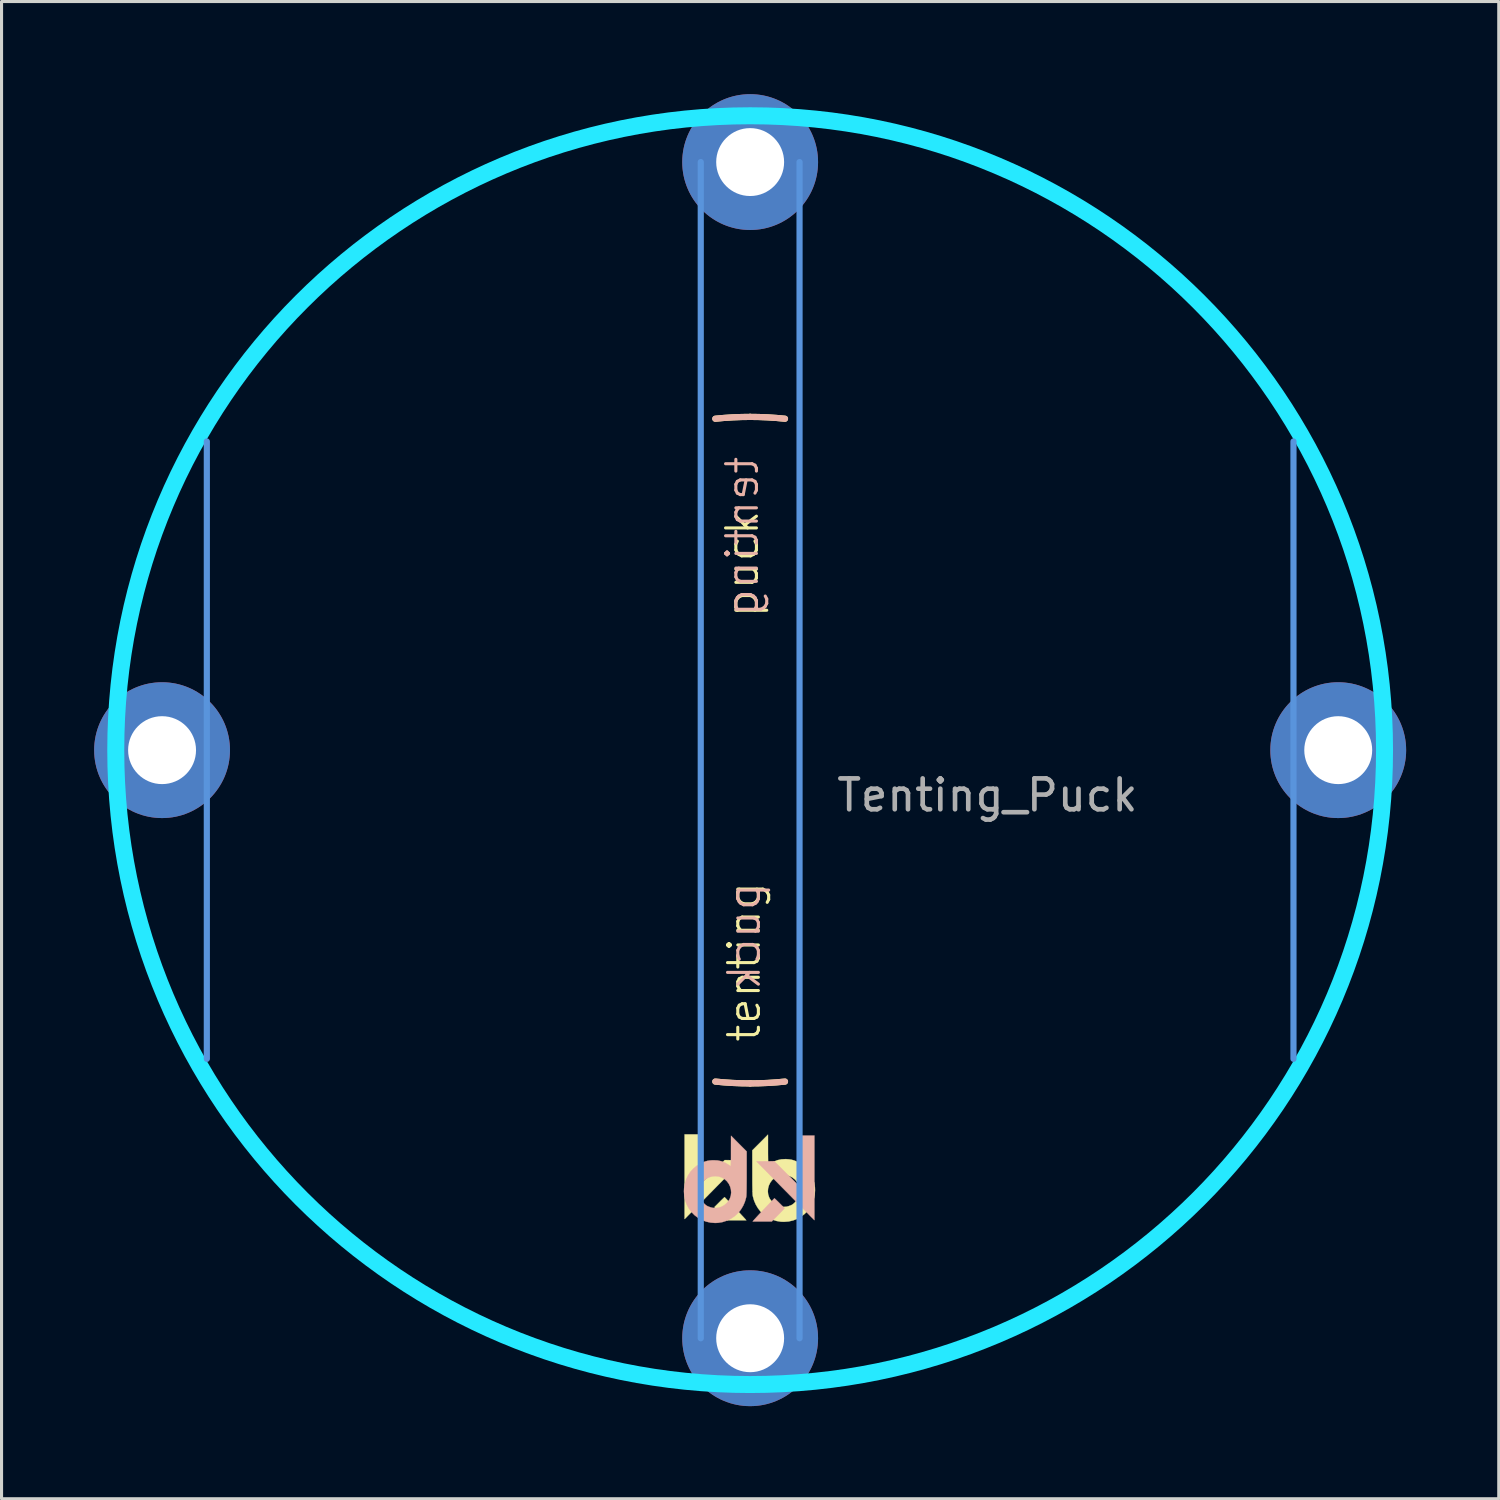
<source format=kicad_pcb>
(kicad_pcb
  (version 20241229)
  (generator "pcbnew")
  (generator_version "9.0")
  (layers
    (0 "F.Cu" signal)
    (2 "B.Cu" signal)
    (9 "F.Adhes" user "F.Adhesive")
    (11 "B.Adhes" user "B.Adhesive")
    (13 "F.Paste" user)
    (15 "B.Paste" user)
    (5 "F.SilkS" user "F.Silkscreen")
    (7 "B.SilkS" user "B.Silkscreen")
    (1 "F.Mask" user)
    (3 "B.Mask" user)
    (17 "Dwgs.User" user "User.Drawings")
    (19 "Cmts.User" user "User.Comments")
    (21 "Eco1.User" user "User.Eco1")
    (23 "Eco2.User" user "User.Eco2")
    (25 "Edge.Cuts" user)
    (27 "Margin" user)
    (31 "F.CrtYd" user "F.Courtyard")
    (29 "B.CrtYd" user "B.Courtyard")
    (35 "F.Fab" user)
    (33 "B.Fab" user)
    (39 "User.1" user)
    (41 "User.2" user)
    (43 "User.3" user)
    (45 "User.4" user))
  (footprint "Tenting_Puck"
    (layer "F.Cu")
    (at 21.25 21.25)
    (property "Reference" "Tenting_Puck" (at 7.684 1.46 0) (layer "F.Fab") (effects (font (size 1 1) (thickness 0.15))))
    (attr through_hole)
    (fp_arc (start -20.32 -2.8575) (mid -19.91151 -4.959786) (end -19.286134 -7.008048) (stroke (width 0.2) (type solid)) (layer "F.SilkS"))
    (fp_arc (start -19.286134 7.008047) (mid -19.91151 4.959786) (end -20.32 2.8575) (stroke (width 0.2) (type solid)) (layer "F.SilkS"))
    (fp_arc (start -7.008048 -19.286134) (mid -4.959786 -19.91151) (end -2.8575 -20.32) (stroke (width 0.2) (type solid)) (layer "F.SilkS"))
    (fp_arc (start -2.8575 20.32) (mid -4.959785 19.91151) (end -7.008046 19.286135) (stroke (width 0.2) (type solid)) (layer "F.SilkS"))
    (fp_arc (start -1.128385 -10.735864) (mid -0.564967 -10.780206) (end 0 -10.795) (stroke (width 0.2) (type solid)) (layer "F.SilkS"))
    (fp_arc (start 0 -10.795) (mid 0.564967 -10.780206) (end 1.128385 -10.735864) (stroke (width 0.2) (type solid)) (layer "F.SilkS"))
    (fp_arc (start 0 10.795) (mid -0.564967 10.780206) (end -1.128385 10.735864) (stroke (width 0.2) (type solid)) (layer "F.SilkS"))
    (fp_arc (start 1.128385 10.735864) (mid 0.564967 10.780206) (end 0 10.795) (stroke (width 0.2) (type solid)) (layer "F.SilkS"))
    (fp_arc (start 2.8575 -20.32) (mid 4.959786 -19.91151) (end 7.008047 -19.286134) (stroke (width 0.2) (type solid)) (layer "F.SilkS"))
    (fp_arc (start 7.008047 19.286134) (mid 4.959786 19.91151) (end 2.8575 20.32) (stroke (width 0.2) (type solid)) (layer "F.SilkS"))
    (fp_arc (start 19.286135 -7.008045) (mid 19.91151 -4.959785) (end 20.32 -2.8575) (stroke (width 0.2) (type solid)) (layer "F.SilkS"))
    (fp_arc (start 20.32 2.8575) (mid 19.91151 4.959785) (end 19.286135 7.008046) (stroke (width 0.2) (type solid)) (layer "F.SilkS"))
    (fp_poly (pts (xy -1.627 14.082) (xy -0.824 13.279) (xy -0.535 13.282) (xy -0.247 13.285) (xy -1.094 14.145) (xy -1.212 14.265) (xy -1.327 14.382) (xy -1.437 14.494) (xy -1.542 14.6) (xy -1.64 14.7) (xy -1.731 14.791) (xy -1.811 14.874) (xy -1.882 14.945) (xy -1.941 15.005) (xy -1.987 15.052) (xy -2.019 15.084) (xy -2.032 15.098) (xy -2.123 15.19) (xy -2.123 12.448) (xy -1.627 12.448) (xy -1.627 14.082)) (stroke (width 0.01) (type solid)) (fill yes) (layer "F.SilkS"))
    (fp_poly (pts (xy -0.82 14.488) (xy -0.797 14.511) (xy -0.763 14.547) (xy -0.719 14.593) (xy -0.666 14.647) (xy -0.609 14.708) (xy -0.547 14.773) (xy -0.483 14.841) (xy -0.42 14.908) (xy -0.359 14.973) (xy -0.302 15.034) (xy -0.251 15.089) (xy -0.208 15.135) (xy -0.175 15.171) (xy -0.154 15.194) (xy -0.152 15.197) (xy -0.124 15.231) (xy -0.744 15.231) (xy -0.917 15.055) (xy -0.971 15) (xy -1.021 14.948) (xy -1.065 14.903) (xy -1.099 14.868) (xy -1.121 14.844) (xy -1.124 14.841) (xy -1.158 14.803) (xy -0.997 14.642) (xy -0.948 14.592) (xy -0.903 14.549) (xy -0.867 14.514) (xy -0.842 14.491) (xy -0.829 14.48) (xy -0.829 14.48) (xy -0.82 14.488)) (stroke (width 0.01) (type solid)) (fill yes) (layer "F.SilkS"))
    (fp_poly (pts (xy 0.578 12.948) (xy 0.578 13.052) (xy 0.579 13.149) (xy 0.58 13.236) (xy 0.581 13.31) (xy 0.582 13.37) (xy 0.583 13.413) (xy 0.585 13.437) (xy 0.586 13.441) (xy 0.598 13.435) (xy 0.623 13.419) (xy 0.647 13.401) (xy 0.762 13.331) (xy 0.884 13.282) (xy 1.014 13.254) (xy 1.153 13.247) (xy 1.171 13.248) (xy 1.261 13.255) (xy 1.337 13.267) (xy 1.409 13.286) (xy 1.484 13.315) (xy 1.554 13.348) (xy 1.682 13.423) (xy 1.795 13.515) (xy 1.892 13.622) (xy 1.972 13.743) (xy 2.033 13.874) (xy 2.076 14.016) (xy 2.099 14.167) (xy 2.102 14.256) (xy 2.092 14.409) (xy 2.061 14.553) (xy 2.008 14.693) (xy 1.95 14.8) (xy 1.865 14.92) (xy 1.763 15.025) (xy 1.648 15.113) (xy 1.521 15.184) (xy 1.385 15.236) (xy 1.241 15.268) (xy 1.093 15.279) (xy 0.993 15.275) (xy 0.848 15.25) (xy 0.707 15.204) (xy 0.574 15.138) (xy 0.452 15.054) (xy 0.343 14.954) (xy 0.335 14.944) (xy 0.254 14.84) (xy 0.184 14.722) (xy 0.129 14.596) (xy 0.092 14.469) (xy 0.083 14.423) (xy 0.08 14.394) (xy 0.078 14.344) (xy 0.076 14.294) (xy 0.573 14.294) (xy 0.583 14.391) (xy 0.614 14.485) (xy 0.642 14.539) (xy 0.709 14.628) (xy 0.789 14.699) (xy 0.878 14.751) (xy 0.975 14.784) (xy 1.076 14.797) (xy 1.18 14.789) (xy 1.253 14.769) (xy 1.296 14.753) (xy 1.337 14.736) (xy 1.353 14.728) (xy 1.398 14.697) (xy 1.448 14.651) (xy 1.496 14.595) (xy 1.537 14.537) (xy 1.559 14.498) (xy 1.579 14.454) (xy 1.591 14.415) (xy 1.599 14.373) (xy 1.603 14.318) (xy 1.603 14.313) (xy 1.6 14.205) (xy 1.577 14.107) (xy 1.534 14.014) (xy 1.516 13.985) (xy 1.451 13.908) (xy 1.372 13.845) (xy 1.283 13.8) (xy 1.186 13.772) (xy 1.085 13.763) (xy 0.984 13.773) (xy 0.885 13.803) (xy 0.871 13.81) (xy 0.783 13.863) (xy 0.709 13.931) (xy 0.65 14.011) (xy 0.607 14.101) (xy 0.581 14.196) (xy 0.573 14.294) (xy 0.076 14.294) (xy 0.076 14.274) (xy 0.074 14.185) (xy 0.072 14.078) (xy 0.071 13.955) (xy 0.071 13.818) (xy 0.071 13.668) (xy 0.071 13.656) (xy 0.07 12.964) (xy 0.578 12.454) (xy 0.578 12.948)) (stroke (width 0.01) (type solid)) (fill yes) (layer "F.SilkS"))
    (fp_arc (start -20.32 -2.8575) (mid -19.91151 -4.959784) (end -19.286136 -7.008044) (stroke (width 0.2) (type solid)) (layer "B.SilkS"))
    (fp_arc (start -19.286135 7.008046) (mid -19.91151 4.959785) (end -20.32 2.8575) (stroke (width 0.2) (type solid)) (layer "B.SilkS"))
    (fp_arc (start -7.008046 -19.286135) (mid -4.959785 -19.91151) (end -2.8575 -20.32) (stroke (width 0.2) (type solid)) (layer "B.SilkS"))
    (fp_arc (start -2.8575 20.32) (mid -4.959785 19.91151) (end -7.008045 19.286135) (stroke (width 0.2) (type solid)) (layer "B.SilkS"))
    (fp_arc (start -1.128385 -10.735864) (mid -0.564967 -10.780206) (end 0 -10.795) (stroke (width 0.2) (type solid)) (layer "B.SilkS"))
    (fp_arc (start 0 -10.795) (mid 0.564967 -10.780206) (end 1.128385 -10.735864) (stroke (width 0.2) (type solid)) (layer "B.SilkS"))
    (fp_arc (start 0 10.795) (mid -0.564967 10.780206) (end -1.128385 10.735864) (stroke (width 0.2) (type solid)) (layer "B.SilkS"))
    (fp_arc (start 1.128385 10.735864) (mid 0.564967 10.780206) (end 0 10.795) (stroke (width 0.2) (type solid)) (layer "B.SilkS"))
    (fp_arc (start 2.8575 -20.32) (mid 4.959787 -19.91151) (end 7.008049 -19.286134) (stroke (width 0.2) (type solid)) (layer "B.SilkS"))
    (fp_arc (start 7.008045 19.286135) (mid 4.959785 19.91151) (end 2.8575 20.32) (stroke (width 0.2) (type solid)) (layer "B.SilkS"))
    (fp_arc (start 19.286134 -7.008048) (mid 19.91151 -4.959786) (end 20.32 -2.8575) (stroke (width 0.2) (type solid)) (layer "B.SilkS"))
    (fp_arc (start 20.32 2.8575) (mid 19.91151 4.959786) (end 19.286134 7.008048) (stroke (width 0.2) (type solid)) (layer "B.SilkS"))
    (fp_poly (pts (xy 1.584 14.118) (xy 0.782 13.315) (xy 0.493 13.318) (xy 0.205 13.322) (xy 1.052 14.182) (xy 1.17 14.301) (xy 1.285 14.418) (xy 1.395 14.53) (xy 1.5 14.637) (xy 1.598 14.736) (xy 1.688 14.828) (xy 1.769 14.91) (xy 1.84 14.981) (xy 1.899 15.041) (xy 1.944 15.088) (xy 1.976 15.12) (xy 1.99 15.134) (xy 2.081 15.226) (xy 2.081 12.484) (xy 1.584 12.484) (xy 1.584 14.118)) (stroke (width 0.01) (type solid)) (fill yes) (layer "B.SilkS"))
    (fp_poly (pts (xy 0.778 14.525) (xy 0.755 14.547) (xy 0.721 14.583) (xy 0.676 14.629) (xy 0.624 14.684) (xy 0.566 14.745) (xy 0.505 14.81) (xy 0.441 14.877) (xy 0.378 14.944) (xy 0.316 15.009) (xy 0.259 15.07) (xy 0.208 15.125) (xy 0.166 15.172) (xy 0.133 15.207) (xy 0.112 15.231) (xy 0.11 15.233) (xy 0.082 15.267) (xy 0.702 15.267) (xy 0.875 15.091) (xy 0.929 15.036) (xy 0.979 14.985) (xy 1.023 14.939) (xy 1.057 14.904) (xy 1.079 14.88) (xy 1.082 14.877) (xy 1.116 14.839) (xy 0.955 14.678) (xy 0.905 14.628) (xy 0.861 14.585) (xy 0.825 14.55) (xy 0.799 14.527) (xy 0.787 14.517) (xy 0.787 14.516) (xy 0.778 14.525)) (stroke (width 0.01) (type solid)) (fill yes) (layer "B.SilkS"))
    (fp_poly (pts (xy -0.621 12.984) (xy -0.621 13.088) (xy -0.621 13.185) (xy -0.622 13.272) (xy -0.623 13.346) (xy -0.624 13.406) (xy -0.625 13.45) (xy -0.627 13.473) (xy -0.628 13.477) (xy -0.64 13.471) (xy -0.665 13.455) (xy -0.689 13.438) (xy -0.804 13.367) (xy -0.926 13.318) (xy -1.057 13.29) (xy -1.196 13.284) (xy -1.214 13.284) (xy -1.303 13.291) (xy -1.38 13.303) (xy -1.451 13.322) (xy -1.526 13.351) (xy -1.596 13.384) (xy -1.724 13.459) (xy -1.837 13.551) (xy -1.934 13.658) (xy -2.014 13.779) (xy -2.076 13.911) (xy -2.118 14.053) (xy -2.141 14.203) (xy -2.145 14.293) (xy -2.134 14.445) (xy -2.103 14.59) (xy -2.05 14.729) (xy -1.993 14.836) (xy -1.907 14.956) (xy -1.805 15.061) (xy -1.69 15.149) (xy -1.563 15.22) (xy -1.427 15.272) (xy -1.283 15.304) (xy -1.135 15.316) (xy -1.035 15.311) (xy -0.89 15.286) (xy -0.75 15.24) (xy -0.616 15.174) (xy -0.494 15.09) (xy -0.386 14.99) (xy -0.377 14.981) (xy -0.296 14.876) (xy -0.226 14.758) (xy -0.171 14.632) (xy -0.134 14.505) (xy -0.125 14.459) (xy -0.122 14.43) (xy -0.12 14.38) (xy -0.118 14.33) (xy -0.615 14.33) (xy -0.625 14.428) (xy -0.656 14.522) (xy -0.684 14.576) (xy -0.751 14.664) (xy -0.831 14.735) (xy -0.92 14.787) (xy -1.017 14.82) (xy -1.119 14.833) (xy -1.222 14.825) (xy -1.295 14.805) (xy -1.338 14.789) (xy -1.379 14.772) (xy -1.395 14.764) (xy -1.441 14.733) (xy -1.49 14.687) (xy -1.538 14.632) (xy -1.579 14.573) (xy -1.601 14.534) (xy -1.621 14.49) (xy -1.634 14.452) (xy -1.641 14.409) (xy -1.645 14.354) (xy -1.646 14.349) (xy -1.642 14.241) (xy -1.619 14.144) (xy -1.576 14.05) (xy -1.558 14.022) (xy -1.493 13.944) (xy -1.415 13.882) (xy -1.325 13.836) (xy -1.228 13.808) (xy -1.127 13.799) (xy -1.026 13.809) (xy -0.927 13.84) (xy -0.913 13.846) (xy -0.825 13.899) (xy -0.751 13.967) (xy -0.692 14.047) (xy -0.649 14.137) (xy -0.623 14.232) (xy -0.615 14.33) (xy -0.118 14.33) (xy -0.118 14.31) (xy -0.116 14.221) (xy -0.115 14.114) (xy -0.114 13.991) (xy -0.113 13.854) (xy -0.113 13.704) (xy -0.113 13.692) (xy -0.113 13) (xy -0.62 12.49) (xy -0.621 12.984)) (stroke (width 0.01) (type solid)) (fill yes) (layer "B.SilkS"))
    (fp_line (start -17.6 10) (end -17.6 -10) (stroke (width 0.2) (type solid)) (layer "Cmts.User"))
    (fp_line (start -1.6 19.05) (end -1.6 -19.05) (stroke (width 0.2) (type solid)) (layer "Cmts.User"))
    (fp_line (start 1.6 19.05) (end 1.6 -19.05) (stroke (width 0.2) (type solid)) (layer "Cmts.User"))
    (fp_line (start 17.6 10) (end 17.6 -10) (stroke (width 0.2) (type solid)) (layer "Cmts.User"))
    (fp_circle (center 0 0) (end 20.55 0) (stroke (width 0.55) (type solid)) (fill no) (layer "B.CrtYd"))
    (fp_text user "tenting" (at -0.191 6.858 90) (layer "F.SilkS") (effects (font (size 1 1) (thickness 0.1))))
    (fp_text user "puck" (at -0.254 -6.032 90) (layer "F.SilkS") (effects (font (size 1 1) (thickness 0.1))))
    (fp_text user "tenting" (at -0.254 -6.921 90) (layer "B.SilkS") (effects (font (size 1 1) (thickness 0.1)) (justify mirror)))
    (fp_text user "puck" (at -0.191 6.032 90) (unlocked yes) (layer "B.SilkS") (effects (font (size 1 1) (thickness 0.1)) (justify mirror)))
    (pad "1" thru_hole circle (at -19.05 0) (size 4.4 4.4) (drill 2.2) (layers "*.Cu" "*.Mask"))
    (pad "1" thru_hole circle (at 0 -19.05) (size 4.4 4.4) (drill 2.2) (layers "*.Cu" "*.Mask"))
    (pad "1" thru_hole circle (at 0 19.05) (size 4.4 4.4) (drill 2.2) (layers "*.Cu" "*.Mask"))
    (pad "1" thru_hole circle (at 19.05 0) (size 4.4 4.4) (drill 2.2) (layers "*.Cu" "*.Mask")))
  (gr_rect
    (start -3 -3)
    (end 45.5 45.5)
    (stroke (width 0.1) (type default))
    (fill no)
    (layer "Edge.Cuts")))
</source>
